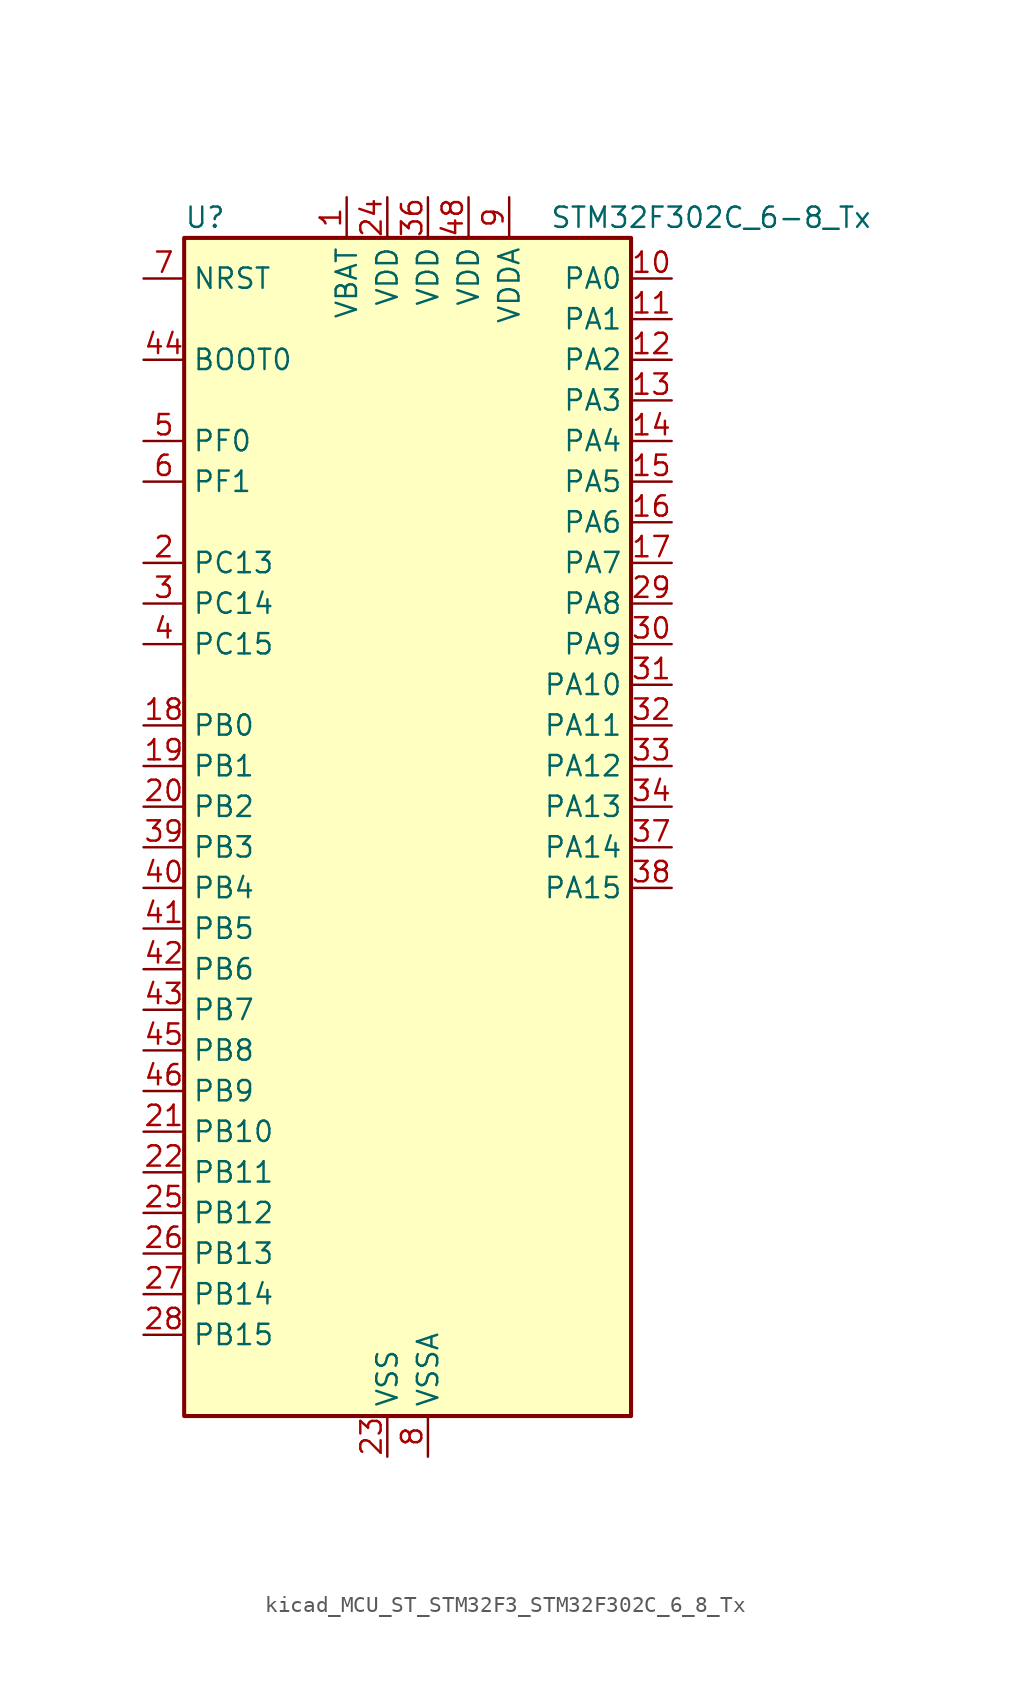
<source format=kicad_sym>
(kicad_symbol_lib
  (version 20220914)
  (generator kicad_symbol_editor)
  (symbol "kicad_MCU_ST_STM32F3_STM32F302C_6_8_Tx"
    (property "Reference" "U"
      (at -12.7 39.37 0)
      (effects (font (size 1.27 1.27)) (justify left)))
    (property "Value" "STM32F302C_6-8_Tx"
      (at 10.16 39.37 0)
      (effects (font (size 1.27 1.27)) (justify left)))
    (property "ki_locked" ""
      (at 0 0 0)
      (effects (font (size 1.27 1.27))))
    (symbol "kicad_MCU_ST_STM32F3_STM32F302C_6_8_Tx_0_1"
      (rectangle (start -12.7 -35.56) (end 15.24 38.1) (stroke (width 0.254) (type default)) (fill (type background))))
    (symbol "kicad_MCU_ST_STM32F3_STM32F302C_6_8_Tx_1_1"
      (pin power_in line (at -2.54 40.64 270) (length 2.54) (name "VBAT" (effects (font (size 1.27 1.27)))) (number "1" (effects (font (size 1.27 1.27)))))
      (pin bidirectional line (at 17.78 35.56 180) (length 2.54) (name "PA0" (effects (font (size 1.27 1.27)))) (number "10" (effects (font (size 1.27 1.27)))) (alternate "ADC1_IN1" bidirectional line) (alternate "RTC_TAMP2" bidirectional line) (alternate "SYS_WKUP1" bidirectional line) (alternate "TIM2_CH1" bidirectional line) (alternate "TIM2_ETR" bidirectional line) (alternate "TSC_G1_IO1" bidirectional line) (alternate "USART2_CTS" bidirectional line))
      (pin bidirectional line (at 17.78 33.02 180) (length 2.54) (name "PA1" (effects (font (size 1.27 1.27)))) (number "11" (effects (font (size 1.27 1.27)))) (alternate "ADC1_IN2" bidirectional line) (alternate "RTC_REFIN" bidirectional line) (alternate "TIM15_CH1N" bidirectional line) (alternate "TIM2_CH2" bidirectional line) (alternate "TSC_G1_IO2" bidirectional line) (alternate "USART2_DE" bidirectional line) (alternate "USART2_RTS" bidirectional line))
      (pin bidirectional line (at 17.78 30.48 180) (length 2.54) (name "PA2" (effects (font (size 1.27 1.27)))) (number "12" (effects (font (size 1.27 1.27)))) (alternate "ADC1_IN3" bidirectional line) (alternate "COMP2_INM" bidirectional line) (alternate "COMP2_OUT" bidirectional line) (alternate "TIM15_CH1" bidirectional line) (alternate "TIM2_CH3" bidirectional line) (alternate "TSC_G1_IO3" bidirectional line) (alternate "USART2_TX" bidirectional line))
      (pin bidirectional line (at 17.78 27.94 180) (length 2.54) (name "PA3" (effects (font (size 1.27 1.27)))) (number "13" (effects (font (size 1.27 1.27)))) (alternate "ADC1_IN4" bidirectional line) (alternate "TIM15_CH2" bidirectional line) (alternate "TIM2_CH4" bidirectional line) (alternate "TSC_G1_IO4" bidirectional line) (alternate "USART2_RX" bidirectional line))
      (pin bidirectional line (at 17.78 25.4 180) (length 2.54) (name "PA4" (effects (font (size 1.27 1.27)))) (number "14" (effects (font (size 1.27 1.27)))) (alternate "ADC1_IN5" bidirectional line) (alternate "COMP2_INM" bidirectional line) (alternate "COMP4_INM" bidirectional line) (alternate "COMP6_INM" bidirectional line) (alternate "DAC_OUT1" bidirectional line) (alternate "I2S3_WS" bidirectional line) (alternate "SPI3_NSS" bidirectional line) (alternate "TSC_G2_IO1" bidirectional line) (alternate "USART2_CK" bidirectional line))
      (pin bidirectional line (at 17.78 22.86 180) (length 2.54) (name "PA5" (effects (font (size 1.27 1.27)))) (number "15" (effects (font (size 1.27 1.27)))) (alternate "OPAMP2_VINM" bidirectional line) (alternate "OPAMP2_VINM_SEC" bidirectional line) (alternate "TIM2_CH1" bidirectional line) (alternate "TIM2_ETR" bidirectional line) (alternate "TSC_G2_IO2" bidirectional line))
      (pin bidirectional line (at 17.78 20.32 180) (length 2.54) (name "PA6" (effects (font (size 1.27 1.27)))) (number "16" (effects (font (size 1.27 1.27)))) (alternate "ADC1_IN10" bidirectional line) (alternate "OPAMP2_VOUT" bidirectional line) (alternate "TIM16_CH1" bidirectional line) (alternate "TIM1_BKIN" bidirectional line) (alternate "TSC_G2_IO3" bidirectional line))
      (pin bidirectional line (at 17.78 17.78 180) (length 2.54) (name "PA7" (effects (font (size 1.27 1.27)))) (number "17" (effects (font (size 1.27 1.27)))) (alternate "ADC1_IN15" bidirectional line) (alternate "COMP2_INP" bidirectional line) (alternate "OPAMP2_VINP" bidirectional line) (alternate "OPAMP2_VINP_SEC" bidirectional line) (alternate "TIM17_CH1" bidirectional line) (alternate "TIM1_CH1N" bidirectional line) (alternate "TSC_G2_IO4" bidirectional line))
      (pin bidirectional line (at -15.24 7.62 0) (length 2.54) (name "PB0" (effects (font (size 1.27 1.27)))) (number "18" (effects (font (size 1.27 1.27)))) (alternate "ADC1_IN11" bidirectional line) (alternate "COMP4_INP" bidirectional line) (alternate "OPAMP2_VINP" bidirectional line) (alternate "OPAMP2_VINP_SEC" bidirectional line) (alternate "TIM1_CH2N" bidirectional line) (alternate "TSC_G3_IO2" bidirectional line))
      (pin bidirectional line (at -15.24 5.08 0) (length 2.54) (name "PB1" (effects (font (size 1.27 1.27)))) (number "19" (effects (font (size 1.27 1.27)))) (alternate "ADC1_IN12" bidirectional line) (alternate "COMP4_OUT" bidirectional line) (alternate "TIM1_CH3N" bidirectional line) (alternate "TSC_G3_IO3" bidirectional line))
      (pin bidirectional line (at -15.24 17.78 0) (length 2.54) (name "PC13" (effects (font (size 1.27 1.27)))) (number "2" (effects (font (size 1.27 1.27)))) (alternate "RTC_OUT_ALARM" bidirectional line) (alternate "RTC_OUT_CALIB" bidirectional line) (alternate "RTC_TAMP1" bidirectional line) (alternate "RTC_TS" bidirectional line) (alternate "SYS_WKUP2" bidirectional line) (alternate "TIM1_CH1N" bidirectional line))
      (pin bidirectional line (at -15.24 2.54 0) (length 2.54) (name "PB2" (effects (font (size 1.27 1.27)))) (number "20" (effects (font (size 1.27 1.27)))) (alternate "COMP4_INM" bidirectional line) (alternate "TSC_G3_IO4" bidirectional line))
      (pin bidirectional line (at -15.24 -17.78 0) (length 2.54) (name "PB10" (effects (font (size 1.27 1.27)))) (number "21" (effects (font (size 1.27 1.27)))) (alternate "TIM2_CH3" bidirectional line) (alternate "TSC_SYNC" bidirectional line) (alternate "USART3_TX" bidirectional line))
      (pin bidirectional line (at -15.24 -20.32 0) (length 2.54) (name "PB11" (effects (font (size 1.27 1.27)))) (number "22" (effects (font (size 1.27 1.27)))) (alternate "ADC1_EXTI11" bidirectional line) (alternate "ADC1_IN14" bidirectional line) (alternate "COMP6_INP" bidirectional line) (alternate "TIM2_CH4" bidirectional line) (alternate "TSC_G6_IO1" bidirectional line) (alternate "USART3_RX" bidirectional line))
      (pin power_in line (at 0 -38.1 90) (length 2.54) (name "VSS" (effects (font (size 1.27 1.27)))) (number "23" (effects (font (size 1.27 1.27)))))
      (pin power_in line (at 0 40.64 270) (length 2.54) (name "VDD" (effects (font (size 1.27 1.27)))) (number "24" (effects (font (size 1.27 1.27)))))
      (pin bidirectional line (at -15.24 -22.86 0) (length 2.54) (name "PB12" (effects (font (size 1.27 1.27)))) (number "25" (effects (font (size 1.27 1.27)))) (alternate "I2C2_SMBA" bidirectional line) (alternate "I2S2_WS" bidirectional line) (alternate "SPI2_NSS" bidirectional line) (alternate "TIM1_BKIN" bidirectional line) (alternate "TSC_G6_IO2" bidirectional line) (alternate "USART3_CK" bidirectional line))
      (pin bidirectional line (at -15.24 -25.4 0) (length 2.54) (name "PB13" (effects (font (size 1.27 1.27)))) (number "26" (effects (font (size 1.27 1.27)))) (alternate "ADC1_IN13" bidirectional line) (alternate "I2S2_CK" bidirectional line) (alternate "SPI2_SCK" bidirectional line) (alternate "TIM1_CH1N" bidirectional line) (alternate "TSC_G6_IO3" bidirectional line) (alternate "USART3_CTS" bidirectional line))
      (pin bidirectional line (at -15.24 -27.94 0) (length 2.54) (name "PB14" (effects (font (size 1.27 1.27)))) (number "27" (effects (font (size 1.27 1.27)))) (alternate "I2S2_ext_SD" bidirectional line) (alternate "OPAMP2_VINP" bidirectional line) (alternate "OPAMP2_VINP_SEC" bidirectional line) (alternate "SPI2_MISO" bidirectional line) (alternate "TIM15_CH1" bidirectional line) (alternate "TIM1_CH2N" bidirectional line) (alternate "TSC_G6_IO4" bidirectional line) (alternate "USART3_DE" bidirectional line) (alternate "USART3_RTS" bidirectional line))
      (pin bidirectional line (at -15.24 -30.48 0) (length 2.54) (name "PB15" (effects (font (size 1.27 1.27)))) (number "28" (effects (font (size 1.27 1.27)))) (alternate "ADC1_EXTI15" bidirectional line) (alternate "COMP6_INM" bidirectional line) (alternate "I2S2_SD" bidirectional line) (alternate "RTC_REFIN" bidirectional line) (alternate "SPI2_MOSI" bidirectional line) (alternate "TIM15_CH1N" bidirectional line) (alternate "TIM15_CH2" bidirectional line) (alternate "TIM1_CH3N" bidirectional line))
      (pin bidirectional line (at 17.78 15.24 180) (length 2.54) (name "PA8" (effects (font (size 1.27 1.27)))) (number "29" (effects (font (size 1.27 1.27)))) (alternate "I2C2_SMBA" bidirectional line) (alternate "I2C3_SCL" bidirectional line) (alternate "I2S2_MCK" bidirectional line) (alternate "RCC_MCO" bidirectional line) (alternate "TIM1_CH1" bidirectional line) (alternate "USART1_CK" bidirectional line))
      (pin bidirectional line (at -15.24 15.24 0) (length 2.54) (name "PC14" (effects (font (size 1.27 1.27)))) (number "3" (effects (font (size 1.27 1.27)))) (alternate "RCC_OSC32_IN" bidirectional line))
      (pin bidirectional line (at 17.78 12.7 180) (length 2.54) (name "PA9" (effects (font (size 1.27 1.27)))) (number "30" (effects (font (size 1.27 1.27)))) (alternate "DAC_EXTI9" bidirectional line) (alternate "I2C2_SCL" bidirectional line) (alternate "I2C3_SMBA" bidirectional line) (alternate "I2S3_MCK" bidirectional line) (alternate "TIM15_BKIN" bidirectional line) (alternate "TIM1_CH2" bidirectional line) (alternate "TIM2_CH3" bidirectional line) (alternate "TSC_G4_IO1" bidirectional line) (alternate "USART1_TX" bidirectional line))
      (pin bidirectional line (at 17.78 10.16 180) (length 2.54) (name "PA10" (effects (font (size 1.27 1.27)))) (number "31" (effects (font (size 1.27 1.27)))) (alternate "COMP6_OUT" bidirectional line) (alternate "I2C2_SDA" bidirectional line) (alternate "I2S2_ext_SD" bidirectional line) (alternate "SPI2_MISO" bidirectional line) (alternate "TIM17_BKIN" bidirectional line) (alternate "TIM1_CH3" bidirectional line) (alternate "TIM2_CH4" bidirectional line) (alternate "TSC_G4_IO2" bidirectional line) (alternate "USART1_RX" bidirectional line))
      (pin bidirectional line (at 17.78 7.62 180) (length 2.54) (name "PA11" (effects (font (size 1.27 1.27)))) (number "32" (effects (font (size 1.27 1.27)))) (alternate "ADC1_EXTI11" bidirectional line) (alternate "CAN_RX" bidirectional line) (alternate "I2S2_SD" bidirectional line) (alternate "SPI2_MOSI" bidirectional line) (alternate "TIM1_BKIN2" bidirectional line) (alternate "TIM1_CH1N" bidirectional line) (alternate "TIM1_CH4" bidirectional line) (alternate "USART1_CTS" bidirectional line) (alternate "USB_DM" bidirectional line))
      (pin bidirectional line (at 17.78 5.08 180) (length 2.54) (name "PA12" (effects (font (size 1.27 1.27)))) (number "33" (effects (font (size 1.27 1.27)))) (alternate "CAN_TX" bidirectional line) (alternate "COMP2_OUT" bidirectional line) (alternate "I2S_CKIN" bidirectional line) (alternate "TIM16_CH1" bidirectional line) (alternate "TIM1_CH2N" bidirectional line) (alternate "TIM1_ETR" bidirectional line) (alternate "USART1_DE" bidirectional line) (alternate "USART1_RTS" bidirectional line) (alternate "USB_DP" bidirectional line))
      (pin bidirectional line (at 17.78 2.54 180) (length 2.54) (name "PA13" (effects (font (size 1.27 1.27)))) (number "34" (effects (font (size 1.27 1.27)))) (alternate "IR_OUT" bidirectional line) (alternate "SYS_JTMS-SWDIO" bidirectional line) (alternate "TIM16_CH1N" bidirectional line) (alternate "TSC_G4_IO3" bidirectional line) (alternate "USART3_CTS" bidirectional line))
      (pin passive line (at 0 -38.1 90) (length 2.54) hide (name "VSS" (effects (font (size 1.27 1.27)))) (number "35" (effects (font (size 1.27 1.27)))))
      (pin power_in line (at 2.54 40.64 270) (length 2.54) (name "VDD" (effects (font (size 1.27 1.27)))) (number "36" (effects (font (size 1.27 1.27)))))
      (pin bidirectional line (at 17.78 0 180) (length 2.54) (name "PA14" (effects (font (size 1.27 1.27)))) (number "37" (effects (font (size 1.27 1.27)))) (alternate "I2C1_SDA" bidirectional line) (alternate "SYS_JTCK-SWCLK" bidirectional line) (alternate "TIM1_BKIN" bidirectional line) (alternate "TSC_G4_IO4" bidirectional line) (alternate "USART2_TX" bidirectional line))
      (pin bidirectional line (at 17.78 -2.54 180) (length 2.54) (name "PA15" (effects (font (size 1.27 1.27)))) (number "38" (effects (font (size 1.27 1.27)))) (alternate "ADC1_EXTI15" bidirectional line) (alternate "I2C1_SCL" bidirectional line) (alternate "I2S3_WS" bidirectional line) (alternate "SPI3_NSS" bidirectional line) (alternate "SYS_JTDI" bidirectional line) (alternate "TIM1_BKIN" bidirectional line) (alternate "TIM2_CH1" bidirectional line) (alternate "TIM2_ETR" bidirectional line) (alternate "TSC_SYNC" bidirectional line) (alternate "USART2_RX" bidirectional line))
      (pin bidirectional line (at -15.24 0 0) (length 2.54) (name "PB3" (effects (font (size 1.27 1.27)))) (number "39" (effects (font (size 1.27 1.27)))) (alternate "I2S3_CK" bidirectional line) (alternate "SPI3_SCK" bidirectional line) (alternate "SYS_JTDO-TRACESWO" bidirectional line) (alternate "TIM2_CH2" bidirectional line) (alternate "TSC_G5_IO1" bidirectional line) (alternate "USART2_TX" bidirectional line))
      (pin bidirectional line (at -15.24 12.7 0) (length 2.54) (name "PC15" (effects (font (size 1.27 1.27)))) (number "4" (effects (font (size 1.27 1.27)))) (alternate "ADC1_EXTI15" bidirectional line) (alternate "RCC_OSC32_OUT" bidirectional line))
      (pin bidirectional line (at -15.24 -2.54 0) (length 2.54) (name "PB4" (effects (font (size 1.27 1.27)))) (number "40" (effects (font (size 1.27 1.27)))) (alternate "I2S3_ext_SD" bidirectional line) (alternate "SPI3_MISO" bidirectional line) (alternate "SYS_NJTRST" bidirectional line) (alternate "TIM16_CH1" bidirectional line) (alternate "TIM17_BKIN" bidirectional line) (alternate "TSC_G5_IO2" bidirectional line) (alternate "USART2_RX" bidirectional line))
      (pin bidirectional line (at -15.24 -5.08 0) (length 2.54) (name "PB5" (effects (font (size 1.27 1.27)))) (number "41" (effects (font (size 1.27 1.27)))) (alternate "I2C1_SMBA" bidirectional line) (alternate "I2C3_SDA" bidirectional line) (alternate "I2S3_SD" bidirectional line) (alternate "SPI3_MOSI" bidirectional line) (alternate "TIM16_BKIN" bidirectional line) (alternate "TIM17_CH1" bidirectional line) (alternate "USART2_CK" bidirectional line))
      (pin bidirectional line (at -15.24 -7.62 0) (length 2.54) (name "PB6" (effects (font (size 1.27 1.27)))) (number "42" (effects (font (size 1.27 1.27)))) (alternate "I2C1_SCL" bidirectional line) (alternate "TIM16_CH1N" bidirectional line) (alternate "TSC_G5_IO3" bidirectional line) (alternate "USART1_TX" bidirectional line))
      (pin bidirectional line (at -15.24 -10.16 0) (length 2.54) (name "PB7" (effects (font (size 1.27 1.27)))) (number "43" (effects (font (size 1.27 1.27)))) (alternate "I2C1_SDA" bidirectional line) (alternate "TIM17_CH1N" bidirectional line) (alternate "TSC_G5_IO4" bidirectional line) (alternate "USART1_RX" bidirectional line))
      (pin input line (at -15.24 30.48 0) (length 2.54) (name "BOOT0" (effects (font (size 1.27 1.27)))) (number "44" (effects (font (size 1.27 1.27)))))
      (pin bidirectional line (at -15.24 -12.7 0) (length 2.54) (name "PB8" (effects (font (size 1.27 1.27)))) (number "45" (effects (font (size 1.27 1.27)))) (alternate "CAN_RX" bidirectional line) (alternate "I2C1_SCL" bidirectional line) (alternate "TIM16_CH1" bidirectional line) (alternate "TIM1_BKIN" bidirectional line) (alternate "TSC_SYNC" bidirectional line) (alternate "USART3_RX" bidirectional line))
      (pin bidirectional line (at -15.24 -15.24 0) (length 2.54) (name "PB9" (effects (font (size 1.27 1.27)))) (number "46" (effects (font (size 1.27 1.27)))) (alternate "CAN_TX" bidirectional line) (alternate "COMP2_OUT" bidirectional line) (alternate "DAC_EXTI9" bidirectional line) (alternate "I2C1_SDA" bidirectional line) (alternate "IR_OUT" bidirectional line) (alternate "TIM17_CH1" bidirectional line) (alternate "USART3_TX" bidirectional line))
      (pin passive line (at 0 -38.1 90) (length 2.54) hide (name "VSS" (effects (font (size 1.27 1.27)))) (number "47" (effects (font (size 1.27 1.27)))))
      (pin power_in line (at 5.08 40.64 270) (length 2.54) (name "VDD" (effects (font (size 1.27 1.27)))) (number "48" (effects (font (size 1.27 1.27)))))
      (pin bidirectional line (at -15.24 25.4 0) (length 2.54) (name "PF0" (effects (font (size 1.27 1.27)))) (number "5" (effects (font (size 1.27 1.27)))) (alternate "I2C2_SDA" bidirectional line) (alternate "I2S2_WS" bidirectional line) (alternate "RCC_OSC_IN" bidirectional line) (alternate "SPI2_NSS" bidirectional line) (alternate "TIM1_CH3N" bidirectional line))
      (pin bidirectional line (at -15.24 22.86 0) (length 2.54) (name "PF1" (effects (font (size 1.27 1.27)))) (number "6" (effects (font (size 1.27 1.27)))) (alternate "I2C2_SCL" bidirectional line) (alternate "I2S2_CK" bidirectional line) (alternate "RCC_OSC_OUT" bidirectional line) (alternate "SPI2_SCK" bidirectional line))
      (pin input line (at -15.24 35.56 0) (length 2.54) (name "NRST" (effects (font (size 1.27 1.27)))) (number "7" (effects (font (size 1.27 1.27)))))
      (pin power_in line (at 2.54 -38.1 90) (length 2.54) (name "VSSA" (effects (font (size 1.27 1.27)))) (number "8" (effects (font (size 1.27 1.27)))))
      (pin power_in line (at 7.62 40.64 270) (length 2.54) (name "VDDA" (effects (font (size 1.27 1.27)))) (number "9" (effects (font (size 1.27 1.27))))))))
</source>
